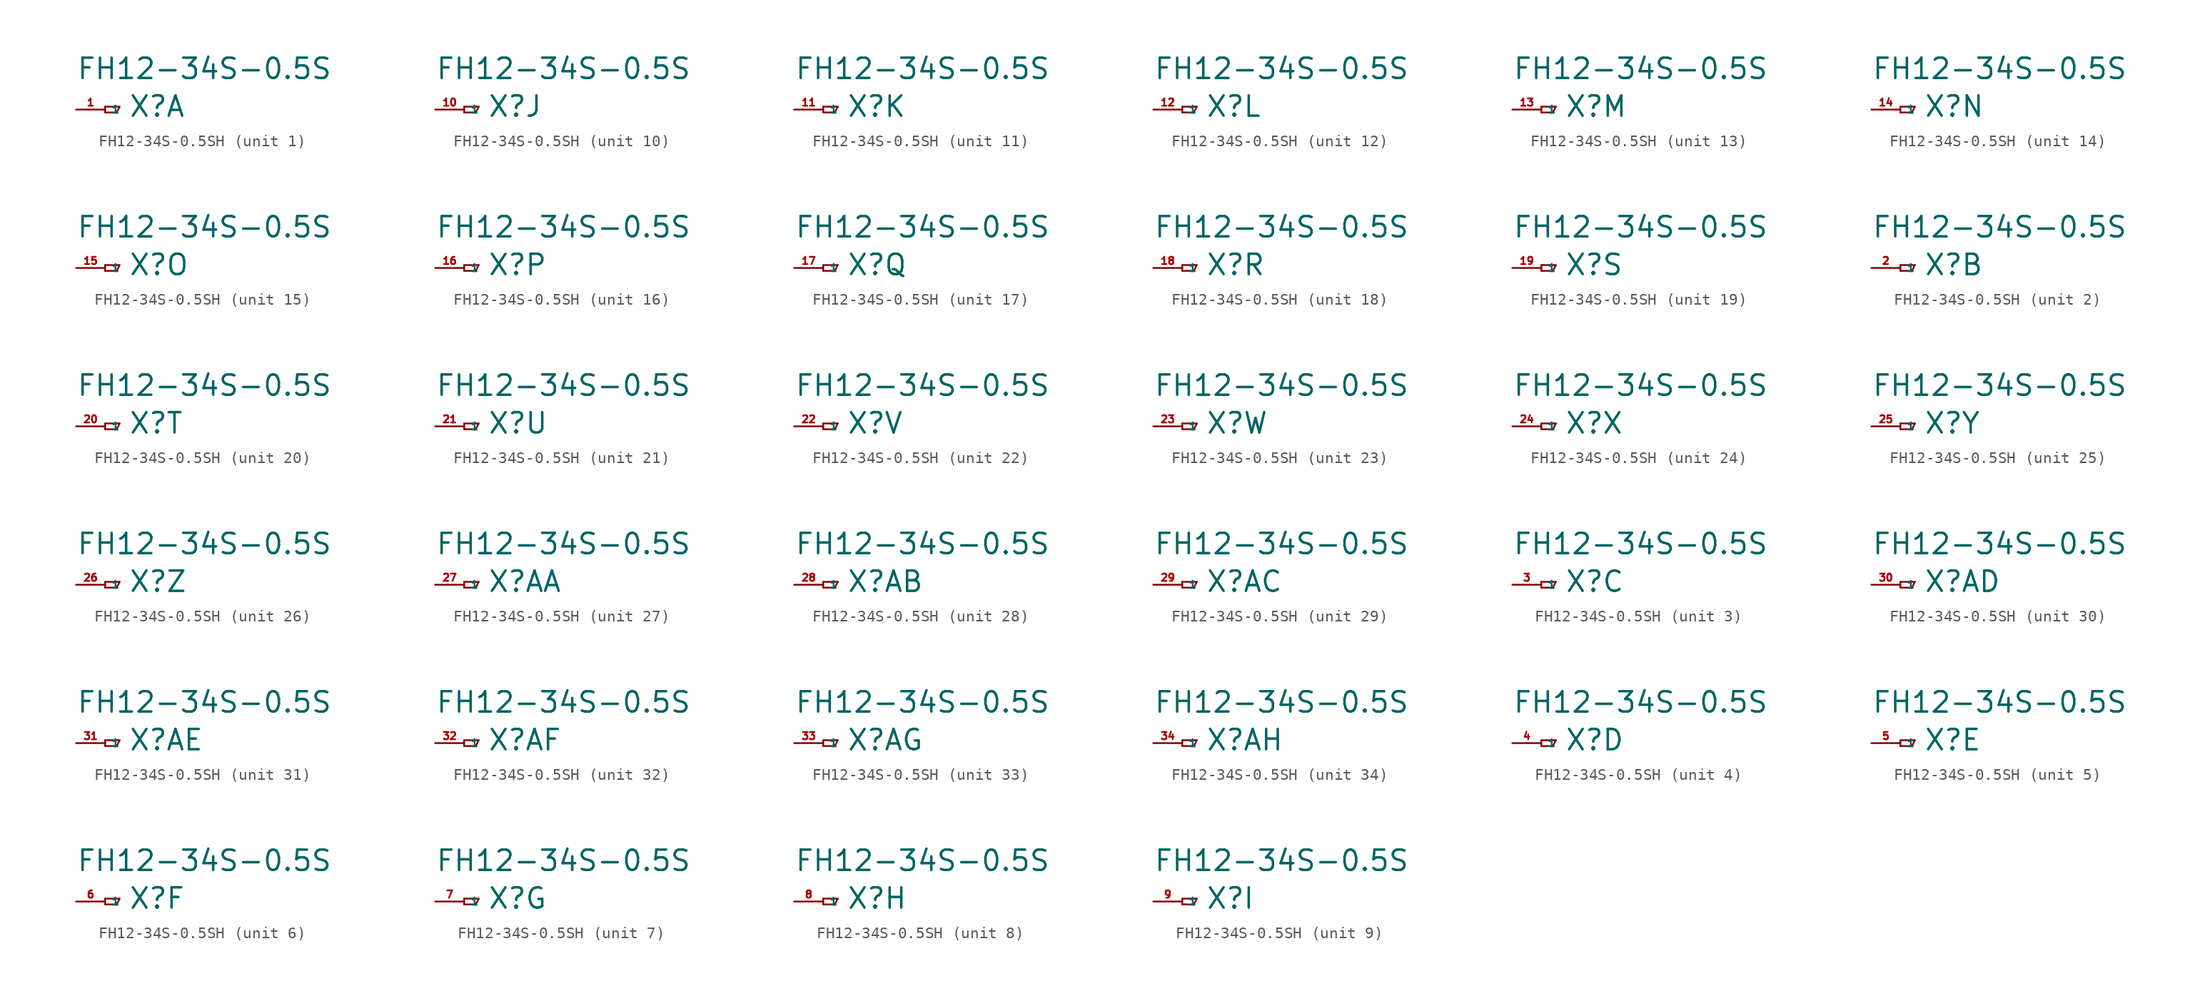
<source format=kicad_sym>
(kicad_symbol_lib
  (version 20220914)
  (generator Eagle2Kicad)
  (symbol "FH12-34S-0.5SH"
    (property "Reference" "X"
      (at 2.032 -0.762 0)
      (effects (font (size 1.778 1.778) (thickness 0.22)) (justify left bottom)))
    (property "Value" "FH12-34S-0.5S"
      (at -2.54 2.54 0)
      (effects (font (size 1.778 1.778) (thickness 0.22)) (justify left bottom)))
    (symbol "FH12-34S-0.5SH_1_0"
      (polyline (pts (xy 0 0.254) (xy 0 -0.254)) (stroke (width 0.152) (type default)) (fill (type none)))
      (polyline (pts (xy 0 -0.254) (xy 1.016 -0.254)) (stroke (width 0.152) (type default)) (fill (type none)))
      (polyline (pts (xy 1.016 -0.254) (xy 1.27 0.254)) (stroke (width 0.152) (type default)) (fill (type none)))
      (polyline (pts (xy 1.27 0.254) (xy 0 0.254)) (stroke (width 0.152) (type default)) (fill (type none)))
      (pin passive line (at -2.54 0 0) (length 2.54) (name "1" (effects (font (size 0.635 0.635) (thickness 0.08)) (justify left bottom))) (number "1" (effects (font (size 0.635 0.635) (thickness 0.08)) (justify left bottom)))))
    (symbol "FH12-34S-0.5SH_2_0"
      (polyline (pts (xy 0 0.254) (xy 0 -0.254)) (stroke (width 0.152) (type default)) (fill (type none)))
      (polyline (pts (xy 0 -0.254) (xy 1.016 -0.254)) (stroke (width 0.152) (type default)) (fill (type none)))
      (polyline (pts (xy 1.016 -0.254) (xy 1.27 0.254)) (stroke (width 0.152) (type default)) (fill (type none)))
      (polyline (pts (xy 1.27 0.254) (xy 0 0.254)) (stroke (width 0.152) (type default)) (fill (type none)))
      (pin passive line (at -2.54 0 0) (length 2.54) (name "1" (effects (font (size 0.635 0.635) (thickness 0.08)) (justify left bottom))) (number "2" (effects (font (size 0.635 0.635) (thickness 0.08)) (justify left bottom)))))
    (symbol "FH12-34S-0.5SH_3_0"
      (polyline (pts (xy 0 0.254) (xy 0 -0.254)) (stroke (width 0.152) (type default)) (fill (type none)))
      (polyline (pts (xy 0 -0.254) (xy 1.016 -0.254)) (stroke (width 0.152) (type default)) (fill (type none)))
      (polyline (pts (xy 1.016 -0.254) (xy 1.27 0.254)) (stroke (width 0.152) (type default)) (fill (type none)))
      (polyline (pts (xy 1.27 0.254) (xy 0 0.254)) (stroke (width 0.152) (type default)) (fill (type none)))
      (pin passive line (at -2.54 0 0) (length 2.54) (name "1" (effects (font (size 0.635 0.635) (thickness 0.08)) (justify left bottom))) (number "3" (effects (font (size 0.635 0.635) (thickness 0.08)) (justify left bottom)))))
    (symbol "FH12-34S-0.5SH_4_0"
      (polyline (pts (xy 0 0.254) (xy 0 -0.254)) (stroke (width 0.152) (type default)) (fill (type none)))
      (polyline (pts (xy 0 -0.254) (xy 1.016 -0.254)) (stroke (width 0.152) (type default)) (fill (type none)))
      (polyline (pts (xy 1.016 -0.254) (xy 1.27 0.254)) (stroke (width 0.152) (type default)) (fill (type none)))
      (polyline (pts (xy 1.27 0.254) (xy 0 0.254)) (stroke (width 0.152) (type default)) (fill (type none)))
      (pin passive line (at -2.54 0 0) (length 2.54) (name "1" (effects (font (size 0.635 0.635) (thickness 0.08)) (justify left bottom))) (number "4" (effects (font (size 0.635 0.635) (thickness 0.08)) (justify left bottom)))))
    (symbol "FH12-34S-0.5SH_5_0"
      (polyline (pts (xy 0 0.254) (xy 0 -0.254)) (stroke (width 0.152) (type default)) (fill (type none)))
      (polyline (pts (xy 0 -0.254) (xy 1.016 -0.254)) (stroke (width 0.152) (type default)) (fill (type none)))
      (polyline (pts (xy 1.016 -0.254) (xy 1.27 0.254)) (stroke (width 0.152) (type default)) (fill (type none)))
      (polyline (pts (xy 1.27 0.254) (xy 0 0.254)) (stroke (width 0.152) (type default)) (fill (type none)))
      (pin passive line (at -2.54 0 0) (length 2.54) (name "1" (effects (font (size 0.635 0.635) (thickness 0.08)) (justify left bottom))) (number "5" (effects (font (size 0.635 0.635) (thickness 0.08)) (justify left bottom)))))
    (symbol "FH12-34S-0.5SH_6_0"
      (polyline (pts (xy 0 0.254) (xy 0 -0.254)) (stroke (width 0.152) (type default)) (fill (type none)))
      (polyline (pts (xy 0 -0.254) (xy 1.016 -0.254)) (stroke (width 0.152) (type default)) (fill (type none)))
      (polyline (pts (xy 1.016 -0.254) (xy 1.27 0.254)) (stroke (width 0.152) (type default)) (fill (type none)))
      (polyline (pts (xy 1.27 0.254) (xy 0 0.254)) (stroke (width 0.152) (type default)) (fill (type none)))
      (pin passive line (at -2.54 0 0) (length 2.54) (name "1" (effects (font (size 0.635 0.635) (thickness 0.08)) (justify left bottom))) (number "6" (effects (font (size 0.635 0.635) (thickness 0.08)) (justify left bottom)))))
    (symbol "FH12-34S-0.5SH_7_0"
      (polyline (pts (xy 0 0.254) (xy 0 -0.254)) (stroke (width 0.152) (type default)) (fill (type none)))
      (polyline (pts (xy 0 -0.254) (xy 1.016 -0.254)) (stroke (width 0.152) (type default)) (fill (type none)))
      (polyline (pts (xy 1.016 -0.254) (xy 1.27 0.254)) (stroke (width 0.152) (type default)) (fill (type none)))
      (polyline (pts (xy 1.27 0.254) (xy 0 0.254)) (stroke (width 0.152) (type default)) (fill (type none)))
      (pin passive line (at -2.54 0 0) (length 2.54) (name "1" (effects (font (size 0.635 0.635) (thickness 0.08)) (justify left bottom))) (number "7" (effects (font (size 0.635 0.635) (thickness 0.08)) (justify left bottom)))))
    (symbol "FH12-34S-0.5SH_8_0"
      (polyline (pts (xy 0 0.254) (xy 0 -0.254)) (stroke (width 0.152) (type default)) (fill (type none)))
      (polyline (pts (xy 0 -0.254) (xy 1.016 -0.254)) (stroke (width 0.152) (type default)) (fill (type none)))
      (polyline (pts (xy 1.016 -0.254) (xy 1.27 0.254)) (stroke (width 0.152) (type default)) (fill (type none)))
      (polyline (pts (xy 1.27 0.254) (xy 0 0.254)) (stroke (width 0.152) (type default)) (fill (type none)))
      (pin passive line (at -2.54 0 0) (length 2.54) (name "1" (effects (font (size 0.635 0.635) (thickness 0.08)) (justify left bottom))) (number "8" (effects (font (size 0.635 0.635) (thickness 0.08)) (justify left bottom)))))
    (symbol "FH12-34S-0.5SH_9_0"
      (polyline (pts (xy 0 0.254) (xy 0 -0.254)) (stroke (width 0.152) (type default)) (fill (type none)))
      (polyline (pts (xy 0 -0.254) (xy 1.016 -0.254)) (stroke (width 0.152) (type default)) (fill (type none)))
      (polyline (pts (xy 1.016 -0.254) (xy 1.27 0.254)) (stroke (width 0.152) (type default)) (fill (type none)))
      (polyline (pts (xy 1.27 0.254) (xy 0 0.254)) (stroke (width 0.152) (type default)) (fill (type none)))
      (pin passive line (at -2.54 0 0) (length 2.54) (name "1" (effects (font (size 0.635 0.635) (thickness 0.08)) (justify left bottom))) (number "9" (effects (font (size 0.635 0.635) (thickness 0.08)) (justify left bottom)))))
    (symbol "FH12-34S-0.5SH_10_0"
      (polyline (pts (xy 0 0.254) (xy 0 -0.254)) (stroke (width 0.152) (type default)) (fill (type none)))
      (polyline (pts (xy 0 -0.254) (xy 1.016 -0.254)) (stroke (width 0.152) (type default)) (fill (type none)))
      (polyline (pts (xy 1.016 -0.254) (xy 1.27 0.254)) (stroke (width 0.152) (type default)) (fill (type none)))
      (polyline (pts (xy 1.27 0.254) (xy 0 0.254)) (stroke (width 0.152) (type default)) (fill (type none)))
      (pin passive line (at -2.54 0 0) (length 2.54) (name "1" (effects (font (size 0.635 0.635) (thickness 0.08)) (justify left bottom))) (number "10" (effects (font (size 0.635 0.635) (thickness 0.08)) (justify left bottom)))))
    (symbol "FH12-34S-0.5SH_11_0"
      (polyline (pts (xy 0 0.254) (xy 0 -0.254)) (stroke (width 0.152) (type default)) (fill (type none)))
      (polyline (pts (xy 0 -0.254) (xy 1.016 -0.254)) (stroke (width 0.152) (type default)) (fill (type none)))
      (polyline (pts (xy 1.016 -0.254) (xy 1.27 0.254)) (stroke (width 0.152) (type default)) (fill (type none)))
      (polyline (pts (xy 1.27 0.254) (xy 0 0.254)) (stroke (width 0.152) (type default)) (fill (type none)))
      (pin passive line (at -2.54 0 0) (length 2.54) (name "1" (effects (font (size 0.635 0.635) (thickness 0.08)) (justify left bottom))) (number "11" (effects (font (size 0.635 0.635) (thickness 0.08)) (justify left bottom)))))
    (symbol "FH12-34S-0.5SH_12_0"
      (polyline (pts (xy 0 0.254) (xy 0 -0.254)) (stroke (width 0.152) (type default)) (fill (type none)))
      (polyline (pts (xy 0 -0.254) (xy 1.016 -0.254)) (stroke (width 0.152) (type default)) (fill (type none)))
      (polyline (pts (xy 1.016 -0.254) (xy 1.27 0.254)) (stroke (width 0.152) (type default)) (fill (type none)))
      (polyline (pts (xy 1.27 0.254) (xy 0 0.254)) (stroke (width 0.152) (type default)) (fill (type none)))
      (pin passive line (at -2.54 0 0) (length 2.54) (name "1" (effects (font (size 0.635 0.635) (thickness 0.08)) (justify left bottom))) (number "12" (effects (font (size 0.635 0.635) (thickness 0.08)) (justify left bottom)))))
    (symbol "FH12-34S-0.5SH_13_0"
      (polyline (pts (xy 0 0.254) (xy 0 -0.254)) (stroke (width 0.152) (type default)) (fill (type none)))
      (polyline (pts (xy 0 -0.254) (xy 1.016 -0.254)) (stroke (width 0.152) (type default)) (fill (type none)))
      (polyline (pts (xy 1.016 -0.254) (xy 1.27 0.254)) (stroke (width 0.152) (type default)) (fill (type none)))
      (polyline (pts (xy 1.27 0.254) (xy 0 0.254)) (stroke (width 0.152) (type default)) (fill (type none)))
      (pin passive line (at -2.54 0 0) (length 2.54) (name "1" (effects (font (size 0.635 0.635) (thickness 0.08)) (justify left bottom))) (number "13" (effects (font (size 0.635 0.635) (thickness 0.08)) (justify left bottom)))))
    (symbol "FH12-34S-0.5SH_14_0"
      (polyline (pts (xy 0 0.254) (xy 0 -0.254)) (stroke (width 0.152) (type default)) (fill (type none)))
      (polyline (pts (xy 0 -0.254) (xy 1.016 -0.254)) (stroke (width 0.152) (type default)) (fill (type none)))
      (polyline (pts (xy 1.016 -0.254) (xy 1.27 0.254)) (stroke (width 0.152) (type default)) (fill (type none)))
      (polyline (pts (xy 1.27 0.254) (xy 0 0.254)) (stroke (width 0.152) (type default)) (fill (type none)))
      (pin passive line (at -2.54 0 0) (length 2.54) (name "1" (effects (font (size 0.635 0.635) (thickness 0.08)) (justify left bottom))) (number "14" (effects (font (size 0.635 0.635) (thickness 0.08)) (justify left bottom)))))
    (symbol "FH12-34S-0.5SH_15_0"
      (polyline (pts (xy 0 0.254) (xy 0 -0.254)) (stroke (width 0.152) (type default)) (fill (type none)))
      (polyline (pts (xy 0 -0.254) (xy 1.016 -0.254)) (stroke (width 0.152) (type default)) (fill (type none)))
      (polyline (pts (xy 1.016 -0.254) (xy 1.27 0.254)) (stroke (width 0.152) (type default)) (fill (type none)))
      (polyline (pts (xy 1.27 0.254) (xy 0 0.254)) (stroke (width 0.152) (type default)) (fill (type none)))
      (pin passive line (at -2.54 0 0) (length 2.54) (name "1" (effects (font (size 0.635 0.635) (thickness 0.08)) (justify left bottom))) (number "15" (effects (font (size 0.635 0.635) (thickness 0.08)) (justify left bottom)))))
    (symbol "FH12-34S-0.5SH_16_0"
      (polyline (pts (xy 0 0.254) (xy 0 -0.254)) (stroke (width 0.152) (type default)) (fill (type none)))
      (polyline (pts (xy 0 -0.254) (xy 1.016 -0.254)) (stroke (width 0.152) (type default)) (fill (type none)))
      (polyline (pts (xy 1.016 -0.254) (xy 1.27 0.254)) (stroke (width 0.152) (type default)) (fill (type none)))
      (polyline (pts (xy 1.27 0.254) (xy 0 0.254)) (stroke (width 0.152) (type default)) (fill (type none)))
      (pin passive line (at -2.54 0 0) (length 2.54) (name "1" (effects (font (size 0.635 0.635) (thickness 0.08)) (justify left bottom))) (number "16" (effects (font (size 0.635 0.635) (thickness 0.08)) (justify left bottom)))))
    (symbol "FH12-34S-0.5SH_17_0"
      (polyline (pts (xy 0 0.254) (xy 0 -0.254)) (stroke (width 0.152) (type default)) (fill (type none)))
      (polyline (pts (xy 0 -0.254) (xy 1.016 -0.254)) (stroke (width 0.152) (type default)) (fill (type none)))
      (polyline (pts (xy 1.016 -0.254) (xy 1.27 0.254)) (stroke (width 0.152) (type default)) (fill (type none)))
      (polyline (pts (xy 1.27 0.254) (xy 0 0.254)) (stroke (width 0.152) (type default)) (fill (type none)))
      (pin passive line (at -2.54 0 0) (length 2.54) (name "1" (effects (font (size 0.635 0.635) (thickness 0.08)) (justify left bottom))) (number "17" (effects (font (size 0.635 0.635) (thickness 0.08)) (justify left bottom)))))
    (symbol "FH12-34S-0.5SH_18_0"
      (polyline (pts (xy 0 0.254) (xy 0 -0.254)) (stroke (width 0.152) (type default)) (fill (type none)))
      (polyline (pts (xy 0 -0.254) (xy 1.016 -0.254)) (stroke (width 0.152) (type default)) (fill (type none)))
      (polyline (pts (xy 1.016 -0.254) (xy 1.27 0.254)) (stroke (width 0.152) (type default)) (fill (type none)))
      (polyline (pts (xy 1.27 0.254) (xy 0 0.254)) (stroke (width 0.152) (type default)) (fill (type none)))
      (pin passive line (at -2.54 0 0) (length 2.54) (name "1" (effects (font (size 0.635 0.635) (thickness 0.08)) (justify left bottom))) (number "18" (effects (font (size 0.635 0.635) (thickness 0.08)) (justify left bottom)))))
    (symbol "FH12-34S-0.5SH_19_0"
      (polyline (pts (xy 0 0.254) (xy 0 -0.254)) (stroke (width 0.152) (type default)) (fill (type none)))
      (polyline (pts (xy 0 -0.254) (xy 1.016 -0.254)) (stroke (width 0.152) (type default)) (fill (type none)))
      (polyline (pts (xy 1.016 -0.254) (xy 1.27 0.254)) (stroke (width 0.152) (type default)) (fill (type none)))
      (polyline (pts (xy 1.27 0.254) (xy 0 0.254)) (stroke (width 0.152) (type default)) (fill (type none)))
      (pin passive line (at -2.54 0 0) (length 2.54) (name "1" (effects (font (size 0.635 0.635) (thickness 0.08)) (justify left bottom))) (number "19" (effects (font (size 0.635 0.635) (thickness 0.08)) (justify left bottom)))))
    (symbol "FH12-34S-0.5SH_20_0"
      (polyline (pts (xy 0 0.254) (xy 0 -0.254)) (stroke (width 0.152) (type default)) (fill (type none)))
      (polyline (pts (xy 0 -0.254) (xy 1.016 -0.254)) (stroke (width 0.152) (type default)) (fill (type none)))
      (polyline (pts (xy 1.016 -0.254) (xy 1.27 0.254)) (stroke (width 0.152) (type default)) (fill (type none)))
      (polyline (pts (xy 1.27 0.254) (xy 0 0.254)) (stroke (width 0.152) (type default)) (fill (type none)))
      (pin passive line (at -2.54 0 0) (length 2.54) (name "1" (effects (font (size 0.635 0.635) (thickness 0.08)) (justify left bottom))) (number "20" (effects (font (size 0.635 0.635) (thickness 0.08)) (justify left bottom)))))
    (symbol "FH12-34S-0.5SH_21_0"
      (polyline (pts (xy 0 0.254) (xy 0 -0.254)) (stroke (width 0.152) (type default)) (fill (type none)))
      (polyline (pts (xy 0 -0.254) (xy 1.016 -0.254)) (stroke (width 0.152) (type default)) (fill (type none)))
      (polyline (pts (xy 1.016 -0.254) (xy 1.27 0.254)) (stroke (width 0.152) (type default)) (fill (type none)))
      (polyline (pts (xy 1.27 0.254) (xy 0 0.254)) (stroke (width 0.152) (type default)) (fill (type none)))
      (pin passive line (at -2.54 0 0) (length 2.54) (name "1" (effects (font (size 0.635 0.635) (thickness 0.08)) (justify left bottom))) (number "21" (effects (font (size 0.635 0.635) (thickness 0.08)) (justify left bottom)))))
    (symbol "FH12-34S-0.5SH_22_0"
      (polyline (pts (xy 0 0.254) (xy 0 -0.254)) (stroke (width 0.152) (type default)) (fill (type none)))
      (polyline (pts (xy 0 -0.254) (xy 1.016 -0.254)) (stroke (width 0.152) (type default)) (fill (type none)))
      (polyline (pts (xy 1.016 -0.254) (xy 1.27 0.254)) (stroke (width 0.152) (type default)) (fill (type none)))
      (polyline (pts (xy 1.27 0.254) (xy 0 0.254)) (stroke (width 0.152) (type default)) (fill (type none)))
      (pin passive line (at -2.54 0 0) (length 2.54) (name "1" (effects (font (size 0.635 0.635) (thickness 0.08)) (justify left bottom))) (number "22" (effects (font (size 0.635 0.635) (thickness 0.08)) (justify left bottom)))))
    (symbol "FH12-34S-0.5SH_23_0"
      (polyline (pts (xy 0 0.254) (xy 0 -0.254)) (stroke (width 0.152) (type default)) (fill (type none)))
      (polyline (pts (xy 0 -0.254) (xy 1.016 -0.254)) (stroke (width 0.152) (type default)) (fill (type none)))
      (polyline (pts (xy 1.016 -0.254) (xy 1.27 0.254)) (stroke (width 0.152) (type default)) (fill (type none)))
      (polyline (pts (xy 1.27 0.254) (xy 0 0.254)) (stroke (width 0.152) (type default)) (fill (type none)))
      (pin passive line (at -2.54 0 0) (length 2.54) (name "1" (effects (font (size 0.635 0.635) (thickness 0.08)) (justify left bottom))) (number "23" (effects (font (size 0.635 0.635) (thickness 0.08)) (justify left bottom)))))
    (symbol "FH12-34S-0.5SH_24_0"
      (polyline (pts (xy 0 0.254) (xy 0 -0.254)) (stroke (width 0.152) (type default)) (fill (type none)))
      (polyline (pts (xy 0 -0.254) (xy 1.016 -0.254)) (stroke (width 0.152) (type default)) (fill (type none)))
      (polyline (pts (xy 1.016 -0.254) (xy 1.27 0.254)) (stroke (width 0.152) (type default)) (fill (type none)))
      (polyline (pts (xy 1.27 0.254) (xy 0 0.254)) (stroke (width 0.152) (type default)) (fill (type none)))
      (pin passive line (at -2.54 0 0) (length 2.54) (name "1" (effects (font (size 0.635 0.635) (thickness 0.08)) (justify left bottom))) (number "24" (effects (font (size 0.635 0.635) (thickness 0.08)) (justify left bottom)))))
    (symbol "FH12-34S-0.5SH_25_0"
      (polyline (pts (xy 0 0.254) (xy 0 -0.254)) (stroke (width 0.152) (type default)) (fill (type none)))
      (polyline (pts (xy 0 -0.254) (xy 1.016 -0.254)) (stroke (width 0.152) (type default)) (fill (type none)))
      (polyline (pts (xy 1.016 -0.254) (xy 1.27 0.254)) (stroke (width 0.152) (type default)) (fill (type none)))
      (polyline (pts (xy 1.27 0.254) (xy 0 0.254)) (stroke (width 0.152) (type default)) (fill (type none)))
      (pin passive line (at -2.54 0 0) (length 2.54) (name "1" (effects (font (size 0.635 0.635) (thickness 0.08)) (justify left bottom))) (number "25" (effects (font (size 0.635 0.635) (thickness 0.08)) (justify left bottom)))))
    (symbol "FH12-34S-0.5SH_26_0"
      (polyline (pts (xy 0 0.254) (xy 0 -0.254)) (stroke (width 0.152) (type default)) (fill (type none)))
      (polyline (pts (xy 0 -0.254) (xy 1.016 -0.254)) (stroke (width 0.152) (type default)) (fill (type none)))
      (polyline (pts (xy 1.016 -0.254) (xy 1.27 0.254)) (stroke (width 0.152) (type default)) (fill (type none)))
      (polyline (pts (xy 1.27 0.254) (xy 0 0.254)) (stroke (width 0.152) (type default)) (fill (type none)))
      (pin passive line (at -2.54 0 0) (length 2.54) (name "1" (effects (font (size 0.635 0.635) (thickness 0.08)) (justify left bottom))) (number "26" (effects (font (size 0.635 0.635) (thickness 0.08)) (justify left bottom)))))
    (symbol "FH12-34S-0.5SH_27_0"
      (polyline (pts (xy 0 0.254) (xy 0 -0.254)) (stroke (width 0.152) (type default)) (fill (type none)))
      (polyline (pts (xy 0 -0.254) (xy 1.016 -0.254)) (stroke (width 0.152) (type default)) (fill (type none)))
      (polyline (pts (xy 1.016 -0.254) (xy 1.27 0.254)) (stroke (width 0.152) (type default)) (fill (type none)))
      (polyline (pts (xy 1.27 0.254) (xy 0 0.254)) (stroke (width 0.152) (type default)) (fill (type none)))
      (pin passive line (at -2.54 0 0) (length 2.54) (name "1" (effects (font (size 0.635 0.635) (thickness 0.08)) (justify left bottom))) (number "27" (effects (font (size 0.635 0.635) (thickness 0.08)) (justify left bottom)))))
    (symbol "FH12-34S-0.5SH_28_0"
      (polyline (pts (xy 0 0.254) (xy 0 -0.254)) (stroke (width 0.152) (type default)) (fill (type none)))
      (polyline (pts (xy 0 -0.254) (xy 1.016 -0.254)) (stroke (width 0.152) (type default)) (fill (type none)))
      (polyline (pts (xy 1.016 -0.254) (xy 1.27 0.254)) (stroke (width 0.152) (type default)) (fill (type none)))
      (polyline (pts (xy 1.27 0.254) (xy 0 0.254)) (stroke (width 0.152) (type default)) (fill (type none)))
      (pin passive line (at -2.54 0 0) (length 2.54) (name "1" (effects (font (size 0.635 0.635) (thickness 0.08)) (justify left bottom))) (number "28" (effects (font (size 0.635 0.635) (thickness 0.08)) (justify left bottom)))))
    (symbol "FH12-34S-0.5SH_29_0"
      (polyline (pts (xy 0 0.254) (xy 0 -0.254)) (stroke (width 0.152) (type default)) (fill (type none)))
      (polyline (pts (xy 0 -0.254) (xy 1.016 -0.254)) (stroke (width 0.152) (type default)) (fill (type none)))
      (polyline (pts (xy 1.016 -0.254) (xy 1.27 0.254)) (stroke (width 0.152) (type default)) (fill (type none)))
      (polyline (pts (xy 1.27 0.254) (xy 0 0.254)) (stroke (width 0.152) (type default)) (fill (type none)))
      (pin passive line (at -2.54 0 0) (length 2.54) (name "1" (effects (font (size 0.635 0.635) (thickness 0.08)) (justify left bottom))) (number "29" (effects (font (size 0.635 0.635) (thickness 0.08)) (justify left bottom)))))
    (symbol "FH12-34S-0.5SH_30_0"
      (polyline (pts (xy 0 0.254) (xy 0 -0.254)) (stroke (width 0.152) (type default)) (fill (type none)))
      (polyline (pts (xy 0 -0.254) (xy 1.016 -0.254)) (stroke (width 0.152) (type default)) (fill (type none)))
      (polyline (pts (xy 1.016 -0.254) (xy 1.27 0.254)) (stroke (width 0.152) (type default)) (fill (type none)))
      (polyline (pts (xy 1.27 0.254) (xy 0 0.254)) (stroke (width 0.152) (type default)) (fill (type none)))
      (pin passive line (at -2.54 0 0) (length 2.54) (name "1" (effects (font (size 0.635 0.635) (thickness 0.08)) (justify left bottom))) (number "30" (effects (font (size 0.635 0.635) (thickness 0.08)) (justify left bottom)))))
    (symbol "FH12-34S-0.5SH_31_0"
      (polyline (pts (xy 0 0.254) (xy 0 -0.254)) (stroke (width 0.152) (type default)) (fill (type none)))
      (polyline (pts (xy 0 -0.254) (xy 1.016 -0.254)) (stroke (width 0.152) (type default)) (fill (type none)))
      (polyline (pts (xy 1.016 -0.254) (xy 1.27 0.254)) (stroke (width 0.152) (type default)) (fill (type none)))
      (polyline (pts (xy 1.27 0.254) (xy 0 0.254)) (stroke (width 0.152) (type default)) (fill (type none)))
      (pin passive line (at -2.54 0 0) (length 2.54) (name "1" (effects (font (size 0.635 0.635) (thickness 0.08)) (justify left bottom))) (number "31" (effects (font (size 0.635 0.635) (thickness 0.08)) (justify left bottom)))))
    (symbol "FH12-34S-0.5SH_32_0"
      (polyline (pts (xy 0 0.254) (xy 0 -0.254)) (stroke (width 0.152) (type default)) (fill (type none)))
      (polyline (pts (xy 0 -0.254) (xy 1.016 -0.254)) (stroke (width 0.152) (type default)) (fill (type none)))
      (polyline (pts (xy 1.016 -0.254) (xy 1.27 0.254)) (stroke (width 0.152) (type default)) (fill (type none)))
      (polyline (pts (xy 1.27 0.254) (xy 0 0.254)) (stroke (width 0.152) (type default)) (fill (type none)))
      (pin passive line (at -2.54 0 0) (length 2.54) (name "1" (effects (font (size 0.635 0.635) (thickness 0.08)) (justify left bottom))) (number "32" (effects (font (size 0.635 0.635) (thickness 0.08)) (justify left bottom)))))
    (symbol "FH12-34S-0.5SH_33_0"
      (polyline (pts (xy 0 0.254) (xy 0 -0.254)) (stroke (width 0.152) (type default)) (fill (type none)))
      (polyline (pts (xy 0 -0.254) (xy 1.016 -0.254)) (stroke (width 0.152) (type default)) (fill (type none)))
      (polyline (pts (xy 1.016 -0.254) (xy 1.27 0.254)) (stroke (width 0.152) (type default)) (fill (type none)))
      (polyline (pts (xy 1.27 0.254) (xy 0 0.254)) (stroke (width 0.152) (type default)) (fill (type none)))
      (pin passive line (at -2.54 0 0) (length 2.54) (name "1" (effects (font (size 0.635 0.635) (thickness 0.08)) (justify left bottom))) (number "33" (effects (font (size 0.635 0.635) (thickness 0.08)) (justify left bottom)))))
    (symbol "FH12-34S-0.5SH_34_0"
      (polyline (pts (xy 0 0.254) (xy 0 -0.254)) (stroke (width 0.152) (type default)) (fill (type none)))
      (polyline (pts (xy 0 -0.254) (xy 1.016 -0.254)) (stroke (width 0.152) (type default)) (fill (type none)))
      (polyline (pts (xy 1.016 -0.254) (xy 1.27 0.254)) (stroke (width 0.152) (type default)) (fill (type none)))
      (polyline (pts (xy 1.27 0.254) (xy 0 0.254)) (stroke (width 0.152) (type default)) (fill (type none)))
      (pin passive line (at -2.54 0 0) (length 2.54) (name "1" (effects (font (size 0.635 0.635) (thickness 0.08)) (justify left bottom))) (number "34" (effects (font (size 0.635 0.635) (thickness 0.08)) (justify left bottom)))))))
</source>
